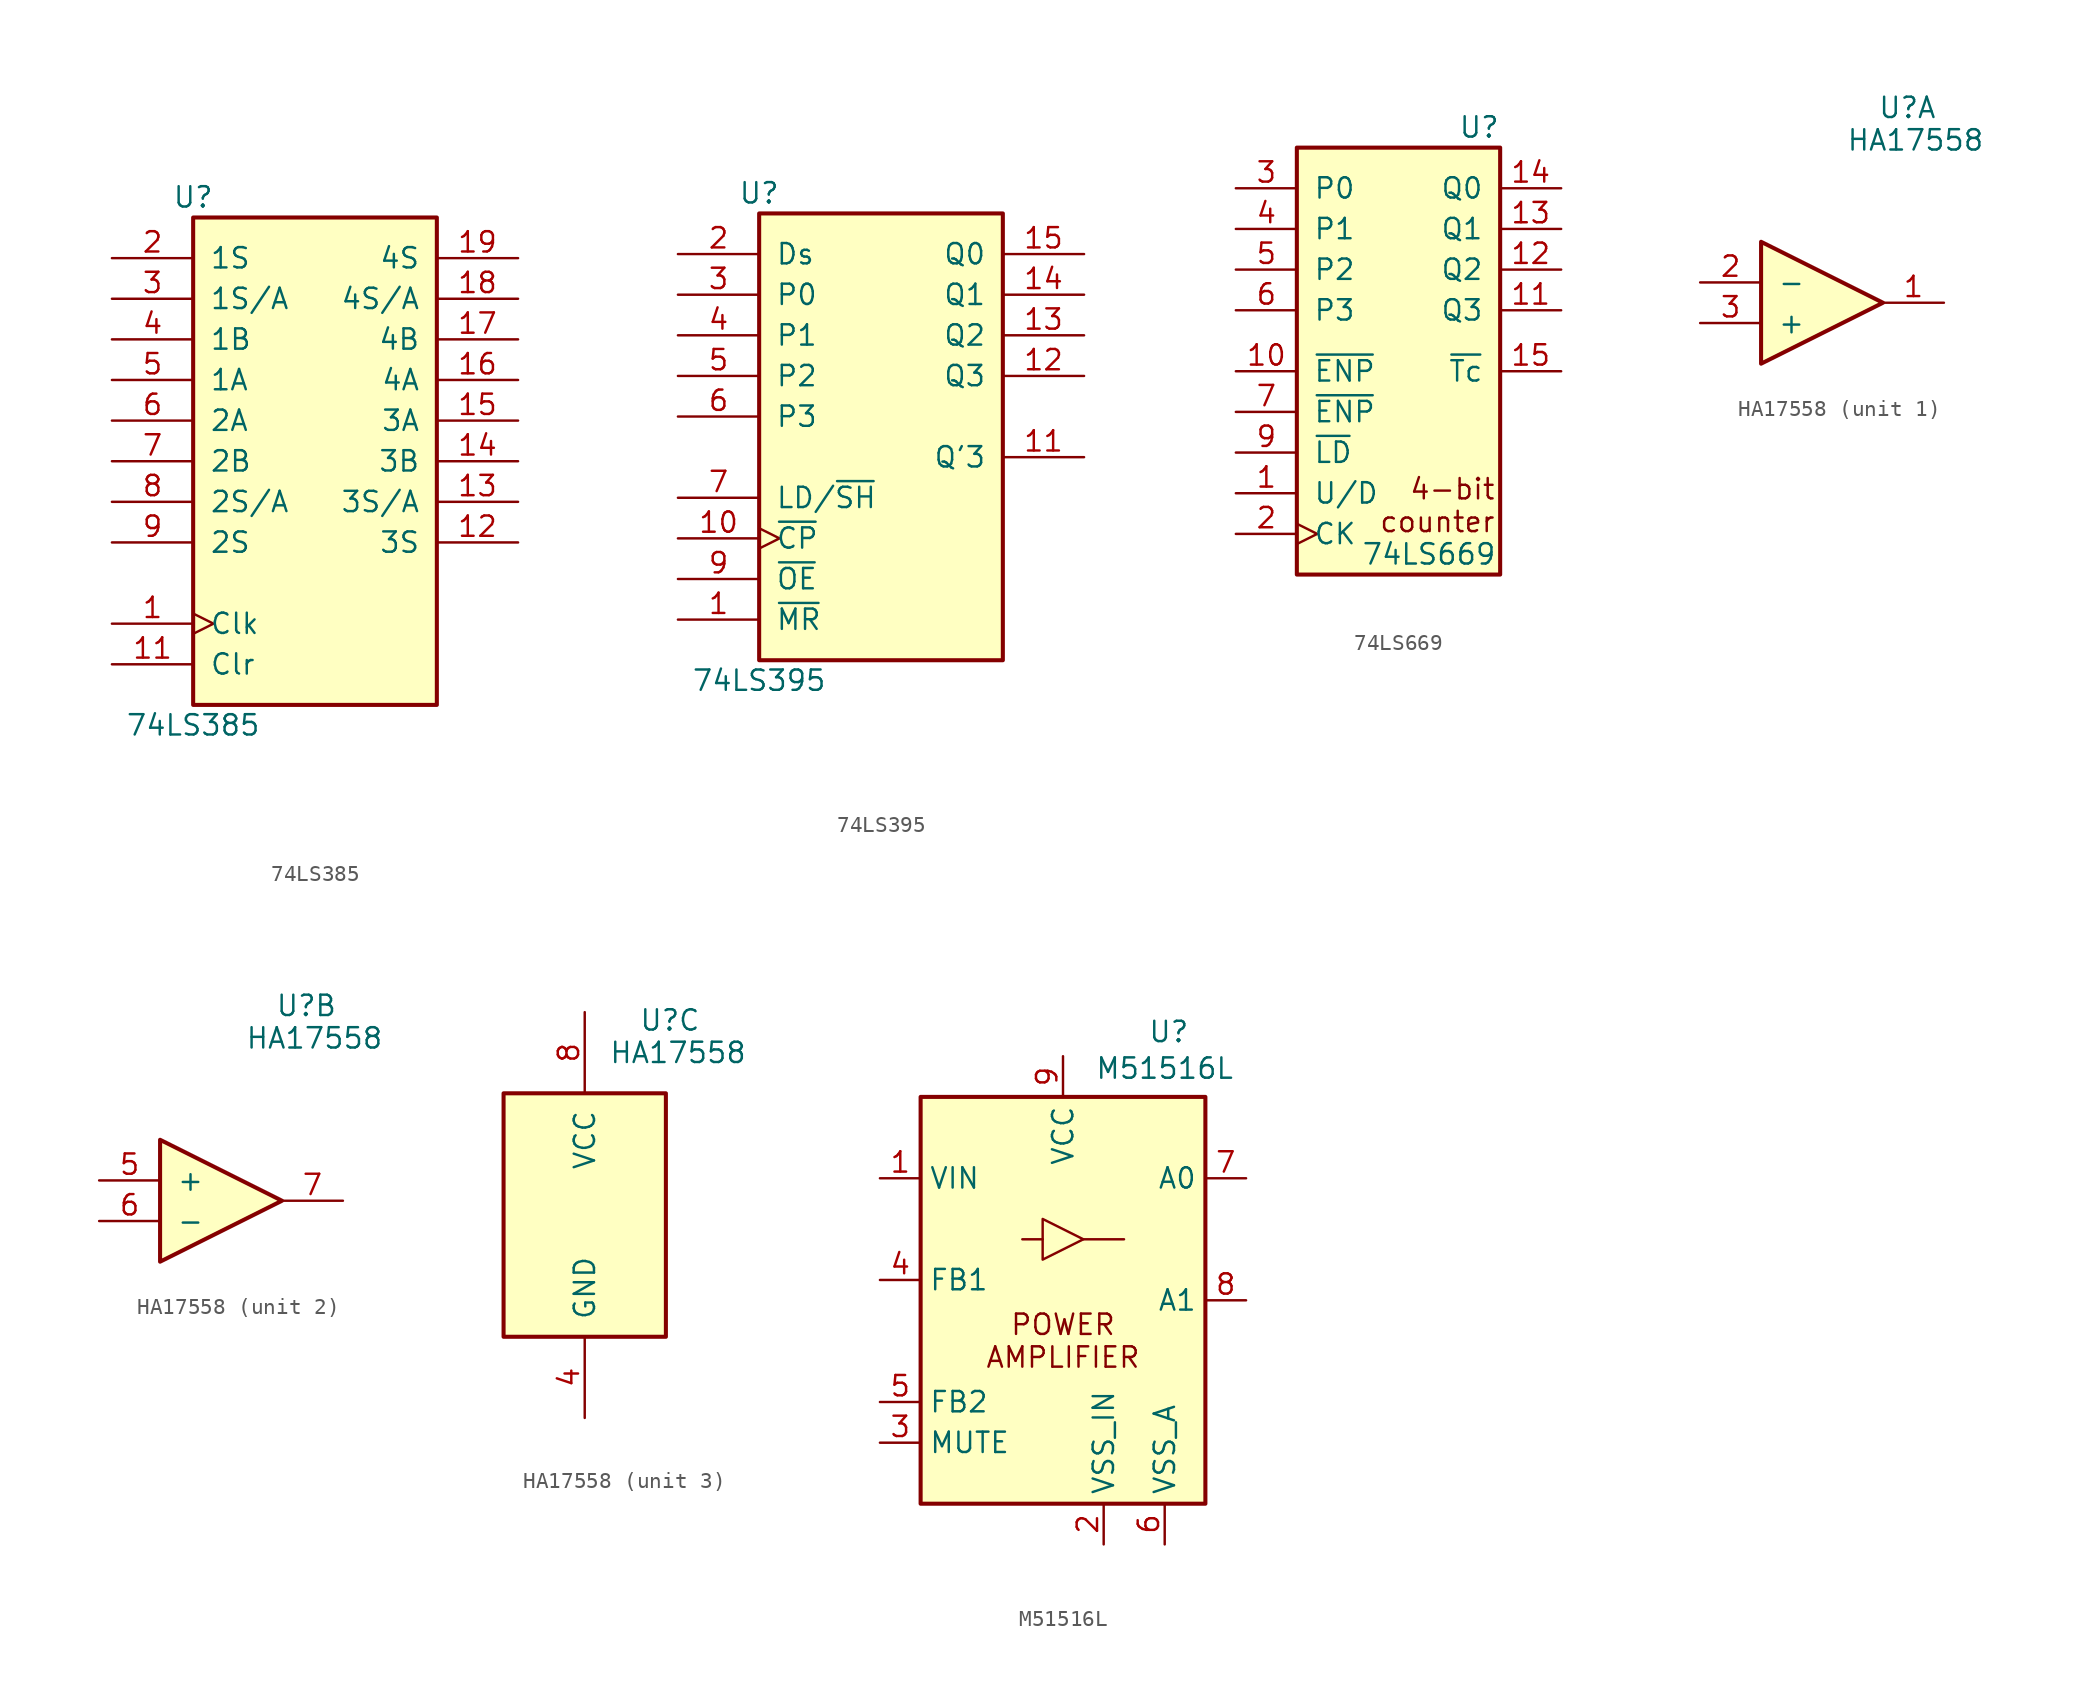
<source format=kicad_sym>
(kicad_symbol_lib
  (version 20231120)
  (generator "kicad_symbol_editor")
  (generator_version "8.0")
  (symbol "74LS385"
    (pin_names
      (offset 1.016))
    (property "Reference" "U"
      (at -7.62 16.51 0)
      (effects (font (size 1.27 1.27))))
    (property "Value" "74LS385"
      (at -7.62 -16.51 0)
      (effects (font (size 1.27 1.27))))
    (property "ki_locked" ""
      (at 0 0 0)
      (effects (font (size 1.27 1.27))))
    (symbol "74LS385_1_0"
      (pin input clock (at -12.7 -10.16 0) (length 5.08) (name "Clk" (effects (font (size 1.27 1.27)))) (number "1" (effects (font (size 1.27 1.27)))))
      (pin input line (at 0 -20.32 90) (length 5.08) hide (name "GND" (effects (font (size 1.27 1.27)))) (number "10" (effects (font (size 1.27 1.27)))))
      (pin input line (at -12.7 -12.7 0) (length 5.08) (name "Clr" (effects (font (size 1.27 1.27)))) (number "11" (effects (font (size 1.27 1.27)))))
      (pin output line (at 12.7 -5.08 180) (length 5.08) (name "3S" (effects (font (size 1.27 1.27)))) (number "12" (effects (font (size 1.27 1.27)))))
      (pin output line (at 12.7 -2.54 180) (length 5.08) (name "3S/A" (effects (font (size 1.27 1.27)))) (number "13" (effects (font (size 1.27 1.27)))))
      (pin output line (at 12.7 0 180) (length 5.08) (name "3B" (effects (font (size 1.27 1.27)))) (number "14" (effects (font (size 1.27 1.27)))))
      (pin output line (at 12.7 2.54 180) (length 5.08) (name "3A" (effects (font (size 1.27 1.27)))) (number "15" (effects (font (size 1.27 1.27)))))
      (pin output line (at 12.7 5.08 180) (length 5.08) (name "4A" (effects (font (size 1.27 1.27)))) (number "16" (effects (font (size 1.27 1.27)))))
      (pin output line (at 12.7 7.62 180) (length 5.08) (name "4B" (effects (font (size 1.27 1.27)))) (number "17" (effects (font (size 1.27 1.27)))))
      (pin output line (at 12.7 10.16 180) (length 5.08) (name "4S/A" (effects (font (size 1.27 1.27)))) (number "18" (effects (font (size 1.27 1.27)))))
      (pin output line (at 12.7 12.7 180) (length 5.08) (name "4S" (effects (font (size 1.27 1.27)))) (number "19" (effects (font (size 1.27 1.27)))))
      (pin input line (at -12.7 12.7 0) (length 5.08) (name "1S" (effects (font (size 1.27 1.27)))) (number "2" (effects (font (size 1.27 1.27)))))
      (pin input line (at 0 20.32 270) (length 5.08) hide (name "VCC" (effects (font (size 1.27 1.27)))) (number "20" (effects (font (size 1.27 1.27)))))
      (pin input line (at -12.7 10.16 0) (length 5.08) (name "1S/A" (effects (font (size 1.27 1.27)))) (number "3" (effects (font (size 1.27 1.27)))))
      (pin input line (at -12.7 7.62 0) (length 5.08) (name "1B" (effects (font (size 1.27 1.27)))) (number "4" (effects (font (size 1.27 1.27)))))
      (pin input line (at -12.7 5.08 0) (length 5.08) (name "1A" (effects (font (size 1.27 1.27)))) (number "5" (effects (font (size 1.27 1.27)))))
      (pin input line (at -12.7 2.54 0) (length 5.08) (name "2A" (effects (font (size 1.27 1.27)))) (number "6" (effects (font (size 1.27 1.27)))))
      (pin input line (at -12.7 0 0) (length 5.08) (name "2B" (effects (font (size 1.27 1.27)))) (number "7" (effects (font (size 1.27 1.27)))))
      (pin input line (at -12.7 -2.54 0) (length 5.08) (name "2S/A" (effects (font (size 1.27 1.27)))) (number "8" (effects (font (size 1.27 1.27)))))
      (pin input line (at -12.7 -5.08 0) (length 5.08) (name "2S" (effects (font (size 1.27 1.27)))) (number "9" (effects (font (size 1.27 1.27))))))
    (symbol "74LS385_1_1"
      (rectangle (start -7.62 15.24) (end 7.62 -15.24) (stroke (width 0.254) (type default)) (fill (type background)))))
  (symbol "74LS395"
    (pin_names
      (offset 1.016))
    (property "Reference" "U"
      (at -7.62 13.97 0)
      (effects (font (size 1.27 1.27))))
    (property "Value" "74LS395"
      (at -7.62 -16.51 0)
      (effects (font (size 1.27 1.27))))
    (property "ki_locked" ""
      (at 0 0 0)
      (effects (font (size 1.27 1.27))))
    (symbol "74LS395_1_0"
      (pin input line (at -12.7 -12.7 0) (length 5.08) (name "~{MR}" (effects (font (size 1.27 1.27)))) (number "1" (effects (font (size 1.27 1.27)))))
      (pin input clock (at -12.7 -7.62 0) (length 5.08) (name "~{CP}" (effects (font (size 1.27 1.27)))) (number "10" (effects (font (size 1.27 1.27)))))
      (pin output line (at 12.7 -2.54 180) (length 5.08) (name "Q'3" (effects (font (size 1.27 1.27)))) (number "11" (effects (font (size 1.27 1.27)))))
      (pin tri_state line (at 12.7 2.54 180) (length 5.08) (name "Q3" (effects (font (size 1.27 1.27)))) (number "12" (effects (font (size 1.27 1.27)))))
      (pin tri_state line (at 12.7 5.08 180) (length 5.08) (name "Q2" (effects (font (size 1.27 1.27)))) (number "13" (effects (font (size 1.27 1.27)))))
      (pin tri_state line (at 12.7 7.62 180) (length 5.08) (name "Q1" (effects (font (size 1.27 1.27)))) (number "14" (effects (font (size 1.27 1.27)))))
      (pin tri_state line (at 12.7 10.16 180) (length 5.08) (name "Q0" (effects (font (size 1.27 1.27)))) (number "15" (effects (font (size 1.27 1.27)))))
      (pin input line (at 0 17.78 270) (length 5.08) hide (name "VCC" (effects (font (size 1.27 1.27)))) (number "16" (effects (font (size 1.27 1.27)))))
      (pin input line (at -12.7 10.16 0) (length 5.08) (name "Ds" (effects (font (size 1.27 1.27)))) (number "2" (effects (font (size 1.27 1.27)))))
      (pin input line (at -12.7 7.62 0) (length 5.08) (name "P0" (effects (font (size 1.27 1.27)))) (number "3" (effects (font (size 1.27 1.27)))))
      (pin input line (at -12.7 5.08 0) (length 5.08) (name "P1" (effects (font (size 1.27 1.27)))) (number "4" (effects (font (size 1.27 1.27)))))
      (pin input line (at -12.7 2.54 0) (length 5.08) (name "P2" (effects (font (size 1.27 1.27)))) (number "5" (effects (font (size 1.27 1.27)))))
      (pin input line (at -12.7 0 0) (length 5.08) (name "P3" (effects (font (size 1.27 1.27)))) (number "6" (effects (font (size 1.27 1.27)))))
      (pin input line (at -12.7 -5.08 0) (length 5.08) (name "LD/~{SH}" (effects (font (size 1.27 1.27)))) (number "7" (effects (font (size 1.27 1.27)))))
      (pin input line (at 0 -20.32 90) (length 5.08) hide (name "GND" (effects (font (size 1.27 1.27)))) (number "8" (effects (font (size 1.27 1.27)))))
      (pin input line (at -12.7 -10.16 0) (length 5.08) (name "~{OE}" (effects (font (size 1.27 1.27)))) (number "9" (effects (font (size 1.27 1.27))))))
    (symbol "74LS395_1_1"
      (rectangle (start -7.62 12.7) (end 7.62 -15.24) (stroke (width 0.254) (type default)) (fill (type background)))))
  (symbol "74LS669"
    (pin_names
      (offset 1.016))
    (property "Reference" "U"
      (at 6.35 12.7 0)
      (effects (font (size 1.27 1.27)) (justify right)))
    (property "Value" "74LS669"
      (at 1.905 -13.97 0)
      (effects (font (size 1.27 1.27))))
    (symbol "74LS669_1_0"
      (pin power_in line (at 0 11.43 270) (length 5.08) hide (name "VCC" (effects (font (size 1.27 1.27)))) (number "16" (effects (font (size 1.27 1.27)))))
      (pin power_in line (at 0 -15.24 90) (length 5.08) hide (name "GND" (effects (font (size 1.27 1.27)))) (number "8" (effects (font (size 1.27 1.27))))))
    (symbol "74LS669_1_1"
      (rectangle (start -6.35 11.43) (end 6.35 -15.24) (stroke (width 0.254) (type default)) (fill (type background)))
      (text "4-bit\ncounter\n" (at 6.096 -10.922 0) (effects (font (size 1.27 1.27)) (justify right)))
      (pin input line (at -10.16 -10.16 0) (length 3.81) (name "U/D" (effects (font (size 1.27 1.27)))) (number "1" (effects (font (size 1.27 1.27)))))
      (pin input line (at -10.16 -2.54 0) (length 3.81) (name "~{ENP}" (effects (font (size 1.27 1.27)))) (number "10" (effects (font (size 1.27 1.27)))))
      (pin output line (at 10.16 1.27 180) (length 3.81) (name "Q3" (effects (font (size 1.27 1.27)))) (number "11" (effects (font (size 1.27 1.27)))))
      (pin output line (at 10.16 3.81 180) (length 3.81) (name "Q2" (effects (font (size 1.27 1.27)))) (number "12" (effects (font (size 1.27 1.27)))))
      (pin output line (at 10.16 6.35 180) (length 3.81) (name "Q1" (effects (font (size 1.27 1.27)))) (number "13" (effects (font (size 1.27 1.27)))))
      (pin output line (at 10.16 8.89 180) (length 3.81) (name "Q0" (effects (font (size 1.27 1.27)))) (number "14" (effects (font (size 1.27 1.27)))))
      (pin output line (at 10.16 -2.54 180) (length 3.81) (name "~{Tc}" (effects (font (size 1.27 1.27)))) (number "15" (effects (font (size 1.27 1.27)))))
      (pin input clock (at -10.16 -12.7 0) (length 3.81) (name "CK" (effects (font (size 1.27 1.27)))) (number "2" (effects (font (size 1.27 1.27)))))
      (pin input line (at -10.16 8.89 0) (length 3.81) (name "P0" (effects (font (size 1.27 1.27)))) (number "3" (effects (font (size 1.27 1.27)))))
      (pin input line (at -10.16 6.35 0) (length 3.81) (name "P1" (effects (font (size 1.27 1.27)))) (number "4" (effects (font (size 1.27 1.27)))))
      (pin input line (at -10.16 3.81 0) (length 3.81) (name "P2" (effects (font (size 1.27 1.27)))) (number "5" (effects (font (size 1.27 1.27)))))
      (pin input line (at -10.16 1.27 0) (length 3.81) (name "P3" (effects (font (size 1.27 1.27)))) (number "6" (effects (font (size 1.27 1.27)))))
      (pin input line (at -10.16 -5.08 0) (length 3.81) (name "~{ENP}" (effects (font (size 1.27 1.27)))) (number "7" (effects (font (size 1.27 1.27)))))
      (pin input line (at -10.16 -7.62 0) (length 3.81) (name "~{LD}" (effects (font (size 1.27 1.27)))) (number "9" (effects (font (size 1.27 1.27)))))))
  (symbol "HA17558"
    (pin_names
      (offset 1.016))
    (property "Reference" "U"
      (at 5.334 12.192 0)
      (effects (font (size 1.27 1.27))))
    (property "Value" "HA17558"
      (at 5.842 10.16 0)
      (effects (font (size 1.27 1.27))))
    (property "ki_locked" ""
      (at 0 0 0)
      (effects (font (size 1.27 1.27))))
    (symbol "HA17558_1_0"
      (polyline (pts (xy -3.81 3.81) (xy -3.81 -3.81) (xy 3.81 0) (xy -3.81 3.81)) (stroke (width 0.254) (type default)) (fill (type background)))
      (pin output line (at 7.62 0 180) (length 3.81) (name "~" (effects (font (size 1.27 1.27)))) (number "1" (effects (font (size 1.27 1.27)))))
      (pin input line (at -7.62 1.27 0) (length 3.81) (name "-" (effects (font (size 1.27 1.27)))) (number "2" (effects (font (size 1.27 1.27)))))
      (pin input line (at -7.62 -1.27 0) (length 3.81) (name "+" (effects (font (size 1.27 1.27)))) (number "3" (effects (font (size 1.27 1.27))))))
    (symbol "HA17558_2_0"
      (polyline (pts (xy -3.81 3.81) (xy -3.81 -3.81) (xy 3.81 0) (xy -3.81 3.81)) (stroke (width 0.254) (type default)) (fill (type background)))
      (pin input line (at -7.62 1.27 0) (length 3.81) (name "+" (effects (font (size 1.27 1.27)))) (number "5" (effects (font (size 1.27 1.27)))))
      (pin input line (at -7.62 -1.27 0) (length 3.81) (name "-" (effects (font (size 1.27 1.27)))) (number "6" (effects (font (size 1.27 1.27)))))
      (pin output line (at 7.62 0 180) (length 3.81) (name "~" (effects (font (size 1.27 1.27)))) (number "7" (effects (font (size 1.27 1.27))))))
    (symbol "HA17558_3_0"
      (pin power_in line (at 0 -12.7 90) (length 5.08) (name "GND" (effects (font (size 1.27 1.27)))) (number "4" (effects (font (size 1.27 1.27)))))
      (pin power_in line (at 0 12.7 270) (length 5.08) (name "VCC" (effects (font (size 1.27 1.27)))) (number "8" (effects (font (size 1.27 1.27))))))
    (symbol "HA17558_3_1"
      (rectangle (start -5.08 7.62) (end 5.08 -7.62) (stroke (width 0.254) (type default)) (fill (type background)))))
  (symbol "M51516L"
    (property "Reference" "U"
      (at 6.604 12.954 0)
      (effects (font (size 1.27 1.27))))
    (property "Value" "M51516L"
      (at 6.35 10.668 0)
      (effects (font (size 1.27 1.27))))
    (symbol "M51516L_0_1"
      (rectangle (start -8.89 8.89) (end 8.89 -16.51) (stroke (width 0.254) (type default)) (fill (type background)))
      (polyline (pts (xy -2.54 0) (xy -1.27 0)) (stroke (width 0) (type default)) (fill (type none)))
      (polyline (pts (xy 3.81 0) (xy 1.27 0)) (stroke (width 0) (type default)) (fill (type none)))
      (polyline (pts (xy -1.27 1.27) (xy -1.27 -1.27) (xy 1.27 0) (xy -1.27 1.27)) (stroke (width 0) (type default)) (fill (type none))))
    (symbol "M51516L_1_1"
      (text "POWER\nAMPLIFIER" (at 0 -6.35 0) (effects (font (size 1.27 1.27))))
      (pin input line (at -11.43 3.81 0) (length 2.54) (name "VIN" (effects (font (size 1.27 1.27)))) (number "1" (effects (font (size 1.27 1.27)))))
      (pin power_in line (at 2.54 -19.05 90) (length 2.54) (name "VSS_IN" (effects (font (size 1.27 1.27)))) (number "2" (effects (font (size 1.27 1.27)))))
      (pin input line (at -11.43 -12.7 0) (length 2.54) (name "MUTE" (effects (font (size 1.27 1.27)))) (number "3" (effects (font (size 1.27 1.27)))))
      (pin input line (at -11.43 -2.54 0) (length 2.54) (name "FB1" (effects (font (size 1.27 1.27)))) (number "4" (effects (font (size 1.27 1.27)))))
      (pin input line (at -11.43 -10.16 0) (length 2.54) (name "FB2" (effects (font (size 1.27 1.27)))) (number "5" (effects (font (size 1.27 1.27)))))
      (pin power_in line (at 6.35 -19.05 90) (length 2.54) (name "VSS_A" (effects (font (size 1.27 1.27)))) (number "6" (effects (font (size 1.27 1.27)))))
      (pin output line (at 11.43 3.81 180) (length 2.54) (name "A0" (effects (font (size 1.27 1.27)))) (number "7" (effects (font (size 1.27 1.27)))))
      (pin output line (at 11.43 -3.81 180) (length 2.54) (name "A1" (effects (font (size 1.27 1.27)))) (number "8" (effects (font (size 1.27 1.27)))))
      (pin power_in line (at 0 11.43 270) (length 2.54) (name "VCC" (effects (font (size 1.27 1.27)))) (number "9" (effects (font (size 1.27 1.27))))))))
</source>
